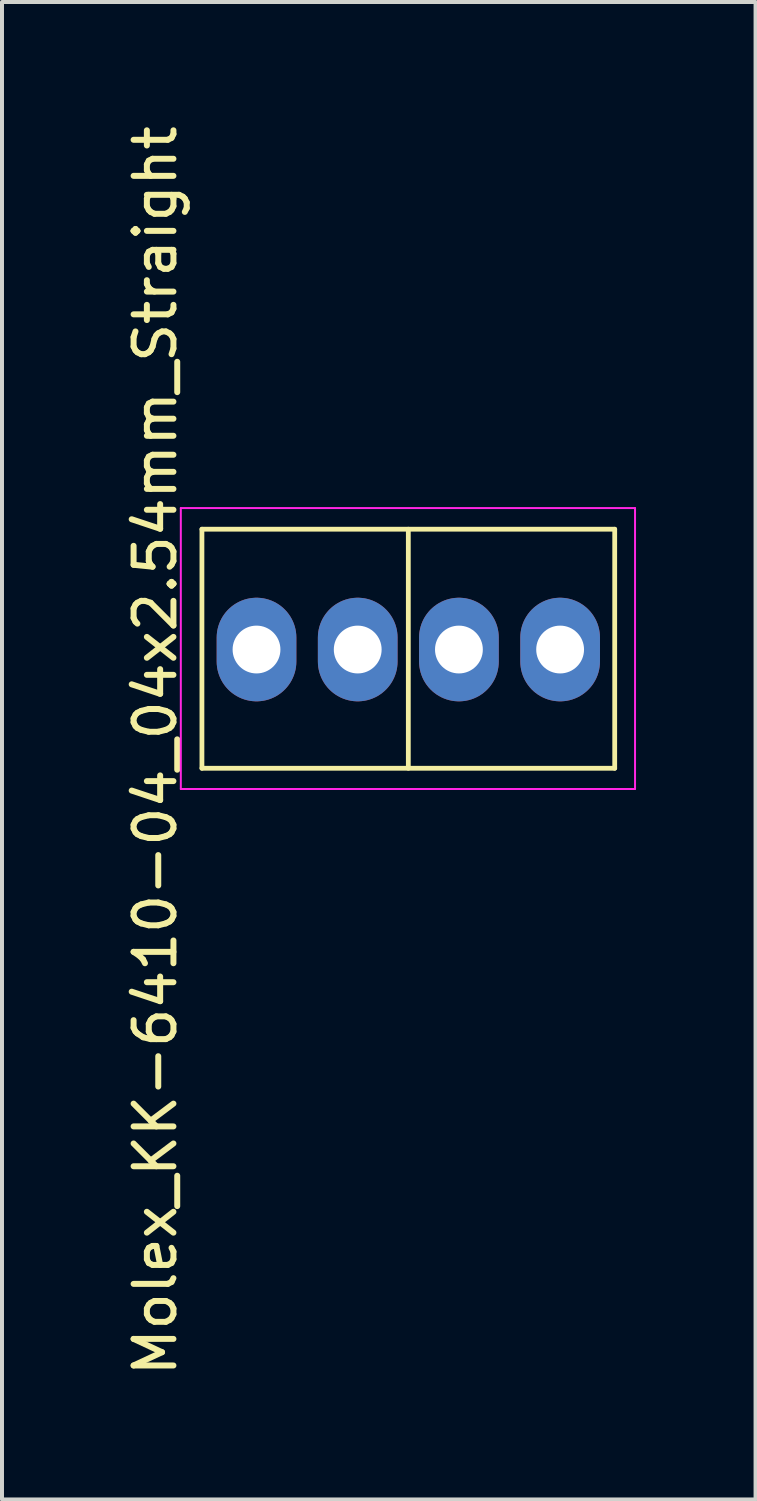
<source format=kicad_pcb>
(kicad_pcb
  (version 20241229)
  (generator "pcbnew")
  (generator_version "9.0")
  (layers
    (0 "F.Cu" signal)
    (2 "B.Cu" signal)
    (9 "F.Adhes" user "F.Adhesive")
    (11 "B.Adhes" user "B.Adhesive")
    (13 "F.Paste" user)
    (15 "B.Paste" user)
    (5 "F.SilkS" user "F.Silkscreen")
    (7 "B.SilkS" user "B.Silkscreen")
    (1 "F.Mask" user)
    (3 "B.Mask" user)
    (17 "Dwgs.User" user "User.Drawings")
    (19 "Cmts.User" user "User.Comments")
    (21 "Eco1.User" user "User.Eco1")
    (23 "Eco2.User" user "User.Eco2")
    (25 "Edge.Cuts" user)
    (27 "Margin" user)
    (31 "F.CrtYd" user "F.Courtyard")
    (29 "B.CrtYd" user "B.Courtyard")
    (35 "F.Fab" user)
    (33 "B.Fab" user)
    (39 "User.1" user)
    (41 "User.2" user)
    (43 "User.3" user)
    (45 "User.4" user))
  (footprint "Molex_KK-6410-04_04x2.54mm_Straight"
    (layer "F.Cu")
    (at 3.388 13.252)
    (property "Reference" "Molex_KK-6410-04_04x2.54mm_Straight" (at -2.54 2.54 90) (layer "F.SilkS") (effects (font (size 1 1) (thickness 0.15))))
    (attr through_hole)
    (fp_line (start -1.37 -3.02) (end -1.37 2.98) (stroke (width 0.12) (type solid)) (layer "F.SilkS"))
    (fp_line (start -1.37 2.98) (end 8.99 2.98) (stroke (width 0.12) (type solid)) (layer "F.SilkS"))
    (fp_line (start 3.81 -3.02) (end 3.81 2.98) (stroke (width 0.12) (type solid)) (layer "F.SilkS"))
    (fp_line (start 8.99 -3.02) (end -1.37 -3.02) (stroke (width 0.12) (type solid)) (layer "F.SilkS"))
    (fp_line (start 8.99 2.98) (end 8.99 -3.02) (stroke (width 0.12) (type solid)) (layer "F.SilkS"))
    (fp_line (start -1.9 -3.55) (end 9.5 -3.55) (stroke (width 0.05) (type solid)) (layer "F.CrtYd"))
    (fp_line (start -1.9 3.5) (end -1.9 -3.55) (stroke (width 0.05) (type solid)) (layer "F.CrtYd"))
    (fp_line (start 9.5 -3.55) (end 9.5 3.5) (stroke (width 0.05) (type solid)) (layer "F.CrtYd"))
    (fp_line (start 9.5 3.5) (end -1.9 3.5) (stroke (width 0.05) (type solid)) (layer "F.CrtYd"))
    (pad "1" thru_hole oval (at 0 0) (size 2 2.6) (drill 1.2) (layers "*.Cu" "*.Mask"))
    (pad "2" thru_hole oval (at 2.54 0) (size 2 2.6) (drill 1.2) (layers "*.Cu" "*.Mask"))
    (pad "3" thru_hole oval (at 5.08 0) (size 2 2.6) (drill 1.2) (layers "*.Cu" "*.Mask"))
    (pad "4" thru_hole oval (at 7.62 0) (size 2 2.6) (drill 1.2) (layers "*.Cu" "*.Mask")))
  (gr_rect
    (start -3 -3)
    (end 15.913 34.583)
    (stroke (width 0.1) (type default))
    (fill no)
    (layer "Edge.Cuts")))
</source>
